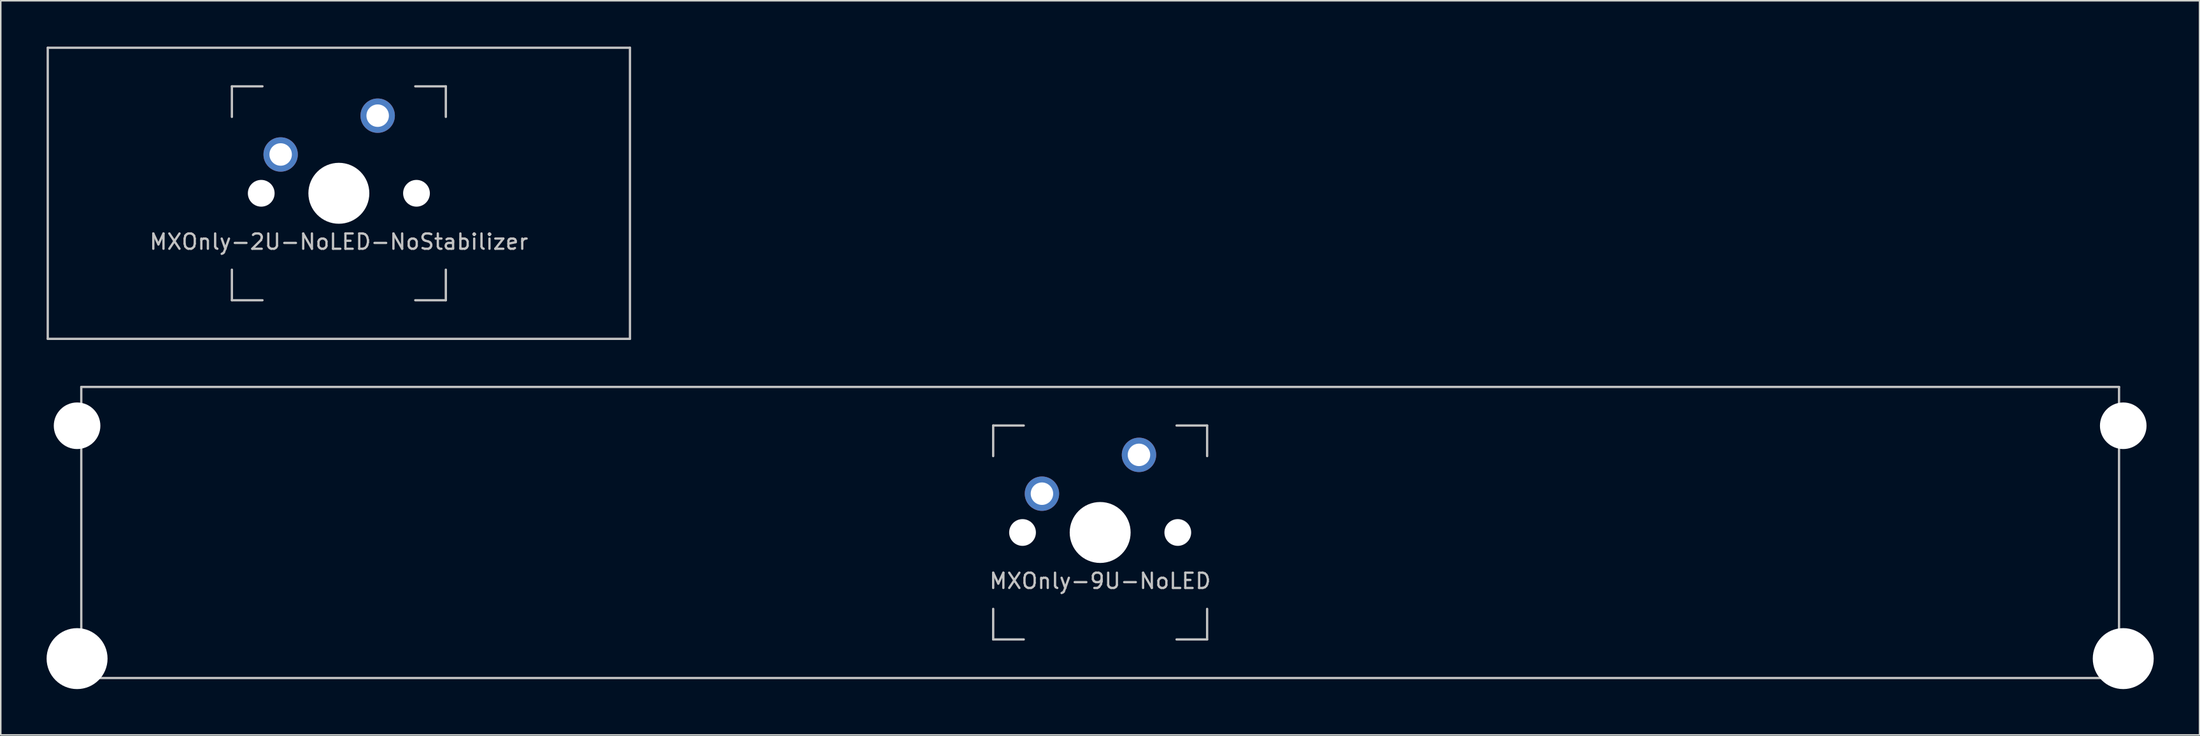
<source format=kicad_pcb>
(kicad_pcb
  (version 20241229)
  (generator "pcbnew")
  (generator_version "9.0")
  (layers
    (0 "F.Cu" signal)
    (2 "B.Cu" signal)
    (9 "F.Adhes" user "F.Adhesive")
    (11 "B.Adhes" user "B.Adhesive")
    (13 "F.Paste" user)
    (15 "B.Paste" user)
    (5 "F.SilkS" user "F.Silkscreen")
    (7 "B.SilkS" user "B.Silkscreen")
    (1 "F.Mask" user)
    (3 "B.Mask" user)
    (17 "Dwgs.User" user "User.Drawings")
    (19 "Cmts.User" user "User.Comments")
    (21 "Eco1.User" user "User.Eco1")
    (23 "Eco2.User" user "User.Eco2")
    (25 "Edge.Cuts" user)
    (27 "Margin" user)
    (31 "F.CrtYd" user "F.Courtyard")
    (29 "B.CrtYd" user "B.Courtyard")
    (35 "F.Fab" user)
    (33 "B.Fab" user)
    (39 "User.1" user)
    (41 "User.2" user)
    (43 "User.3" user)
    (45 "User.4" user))
  (footprint "MXOnly-9U-NoLED"
    (layer "F.Cu")
    (at 68.944 31.8)
    (property "Reference" "MXOnly-9U-NoLED" (at 0 3.175 0) (layer "Dwgs.User") (effects (font (size 1 1) (thickness 0.15))))
    (attr through_hole)
    (fp_line (start -66.675 -9.525) (end 66.675 -9.525) (stroke (width 0.15) (type solid)) (layer "Dwgs.User"))
    (fp_line (start -66.675 9.525) (end -66.675 -9.525) (stroke (width 0.15) (type solid)) (layer "Dwgs.User"))
    (fp_line (start -66.675 9.525) (end 66.675 9.525) (stroke (width 0.15) (type solid)) (layer "Dwgs.User"))
    (fp_line (start -7 -7) (end -7 -5) (stroke (width 0.15) (type solid)) (layer "Dwgs.User"))
    (fp_line (start -7 5) (end -7 7) (stroke (width 0.15) (type solid)) (layer "Dwgs.User"))
    (fp_line (start -7 7) (end -5 7) (stroke (width 0.15) (type solid)) (layer "Dwgs.User"))
    (fp_line (start -5 -7) (end -7 -7) (stroke (width 0.15) (type solid)) (layer "Dwgs.User"))
    (fp_line (start 5 -7) (end 7 -7) (stroke (width 0.15) (type solid)) (layer "Dwgs.User"))
    (fp_line (start 5 7) (end 7 7) (stroke (width 0.15) (type solid)) (layer "Dwgs.User"))
    (fp_line (start 7 -7) (end 7 -5) (stroke (width 0.15) (type solid)) (layer "Dwgs.User"))
    (fp_line (start 7 7) (end 7 5) (stroke (width 0.15) (type solid)) (layer "Dwgs.User"))
    (fp_line (start 66.675 -9.525) (end 66.675 9.525) (stroke (width 0.15) (type solid)) (layer "Dwgs.User"))
    (pad "" np_thru_hole circle (at -66.95 -6.985) (size 3.048 3.048) (drill 3.048) (layers "*.Cu" "*.Mask"))
    (pad "" np_thru_hole circle (at -66.95 8.255) (size 3.988 3.988) (drill 3.988) (layers "*.Cu" "*.Mask"))
    (pad "" np_thru_hole circle (at -5.08 0 48.1) (size 1.75 1.75) (drill 1.75) (layers "*.Cu" "*.Mask"))
    (pad "" np_thru_hole circle (at 0 0) (size 3.988 3.988) (drill 3.988) (layers "*.Cu" "*.Mask"))
    (pad "" np_thru_hole circle (at 5.08 0 48.1) (size 1.75 1.75) (drill 1.75) (layers "*.Cu" "*.Mask"))
    (pad "" np_thru_hole circle (at 66.95 -6.985) (size 3.048 3.048) (drill 3.048) (layers "*.Cu" "*.Mask"))
    (pad "" np_thru_hole circle (at 66.95 8.255) (size 3.988 3.988) (drill 3.988) (layers "*.Cu" "*.Mask"))
    (pad "1" thru_hole circle (at -3.81 -2.54) (size 2.25 2.25) (drill 1.47) (layers "*.Cu" "B.Mask"))
    (pad "2" thru_hole circle (at 2.54 -5.08) (size 2.25 2.25) (drill 1.47) (layers "*.Cu" "B.Mask")))
  (footprint "MXOnly-2U-NoLED-NoStabilizer"
    (layer "F.Cu")
    (at 19.125 9.6)
    (property "Reference" "MXOnly-2U-NoLED-NoStabilizer" (at 0 3.175 0) (layer "Dwgs.User") (effects (font (size 1 1) (thickness 0.15))))
    (attr through_hole)
    (fp_line (start -19.05 -9.525) (end 19.05 -9.525) (stroke (width 0.15) (type solid)) (layer "Dwgs.User"))
    (fp_line (start -19.05 9.525) (end -19.05 -9.525) (stroke (width 0.15) (type solid)) (layer "Dwgs.User"))
    (fp_line (start -19.05 9.525) (end 19.05 9.525) (stroke (width 0.15) (type solid)) (layer "Dwgs.User"))
    (fp_line (start -7 -7) (end -7 -5) (stroke (width 0.15) (type solid)) (layer "Dwgs.User"))
    (fp_line (start -7 5) (end -7 7) (stroke (width 0.15) (type solid)) (layer "Dwgs.User"))
    (fp_line (start -7 7) (end -5 7) (stroke (width 0.15) (type solid)) (layer "Dwgs.User"))
    (fp_line (start -5 -7) (end -7 -7) (stroke (width 0.15) (type solid)) (layer "Dwgs.User"))
    (fp_line (start 5 -7) (end 7 -7) (stroke (width 0.15) (type solid)) (layer "Dwgs.User"))
    (fp_line (start 5 7) (end 7 7) (stroke (width 0.15) (type solid)) (layer "Dwgs.User"))
    (fp_line (start 7 -7) (end 7 -5) (stroke (width 0.15) (type solid)) (layer "Dwgs.User"))
    (fp_line (start 7 7) (end 7 5) (stroke (width 0.15) (type solid)) (layer "Dwgs.User"))
    (fp_line (start 19.05 -9.525) (end 19.05 9.525) (stroke (width 0.15) (type solid)) (layer "Dwgs.User"))
    (pad "" np_thru_hole circle (at -5.08 0 48.1) (size 1.75 1.75) (drill 1.75) (layers "*.Cu" "*.Mask"))
    (pad "" np_thru_hole circle (at 0 0) (size 3.988 3.988) (drill 3.988) (layers "*.Cu" "*.Mask"))
    (pad "" np_thru_hole circle (at 5.08 0 48.1) (size 1.75 1.75) (drill 1.75) (layers "*.Cu" "*.Mask"))
    (pad "1" thru_hole circle (at -3.81 -2.54) (size 2.25 2.25) (drill 1.47) (layers "*.Cu" "B.Mask"))
    (pad "2" thru_hole circle (at 2.54 -5.08) (size 2.25 2.25) (drill 1.47) (layers "*.Cu" "B.Mask")))
  (gr_rect
    (start -3 -3)
    (end 140.888 45.049)
    (stroke (width 0.1) (type default))
    (fill no)
    (layer "Edge.Cuts")))
</source>
